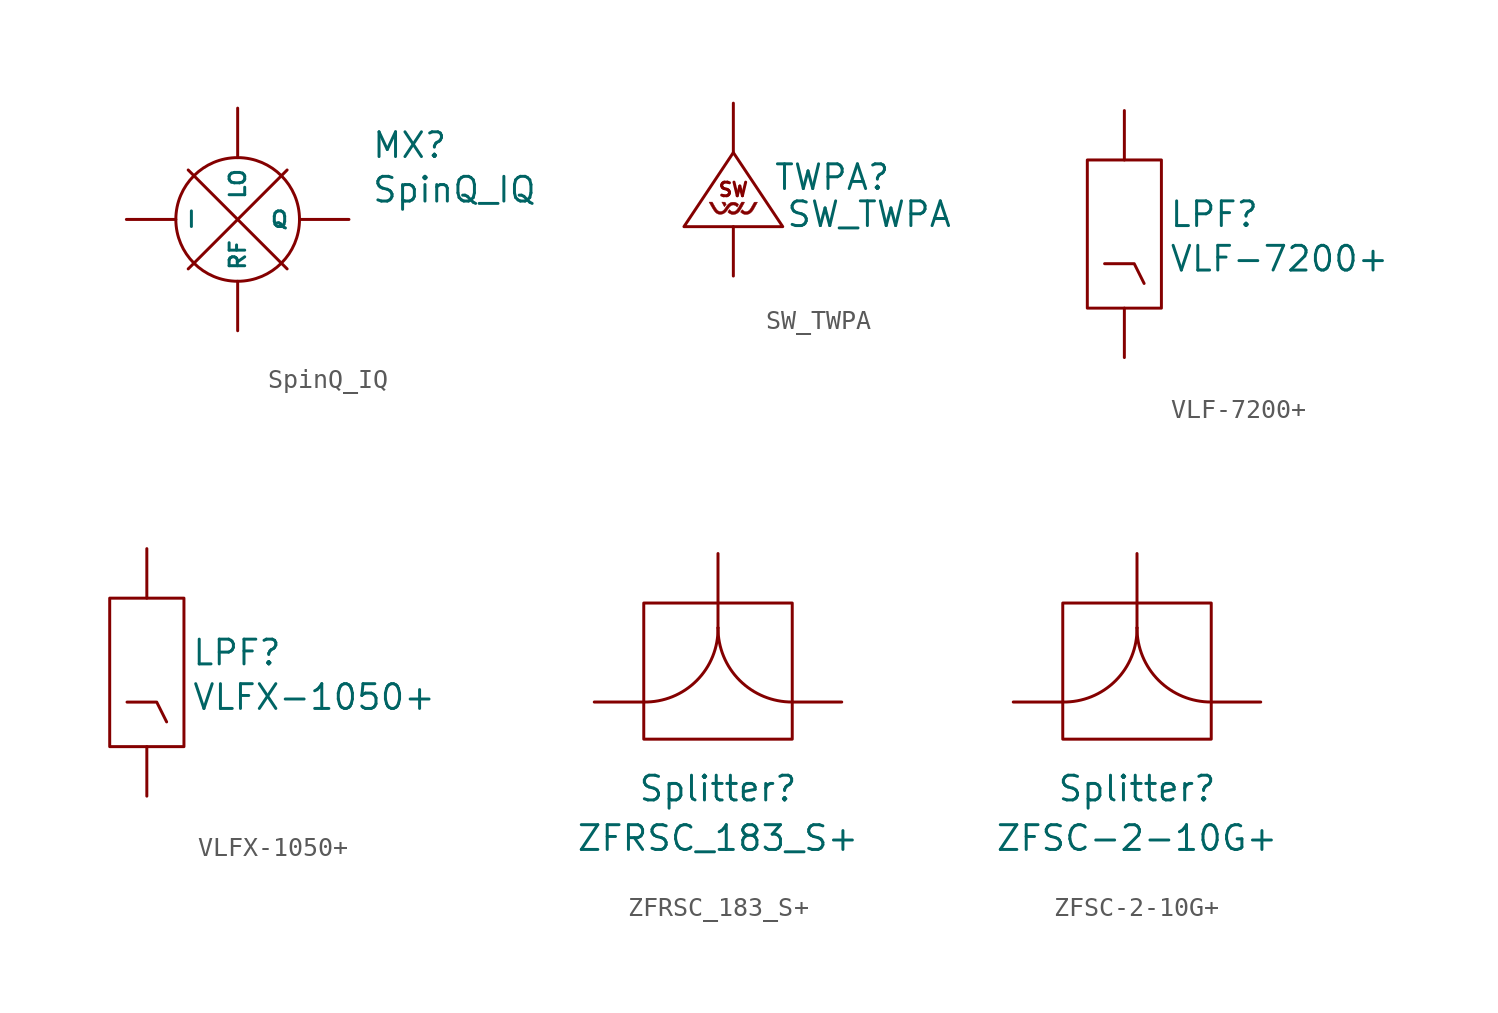
<source format=kicad_sym>
(kicad_symbol_lib
  (version 20220914)
  (generator kicad_symbol_editor)
  (symbol "SpinQ_IQ"
    (property "Reference" "MX"
      (at 6.858 3.81 0)
      (effects (font (size 1.27 1.27)) (justify left)))
    (property "Value" "SpinQ_IQ"
      (at 6.858 1.524 0)
      (effects (font (size 1.27 1.27)) (justify left)))
    (symbol "SpinQ_IQ_0_0"
      (polyline (pts (xy -2.54 2.54) (xy 2.54 -2.54)) (stroke (width 0) (type default)) (fill (type none)))
      (polyline (pts (xy 2.54 2.54) (xy -2.54 -2.54)) (stroke (width 0) (type default)) (fill (type none)))
      (circle (center 0 0) (radius 3.175) (stroke (width 0) (type default)) (fill (type none))))
    (symbol "SpinQ_IQ_1_1"
      (pin bidirectional line (at -5.715 0 0) (length 2.54) (name "I" (effects (font (size 0.8 0.8)))) (number "" (effects (font (size 1.27 1.27)))))
      (pin bidirectional line (at 0 5.715 270) (length 2.54) (name "LO" (effects (font (size 0.8 0.8)))) (number "" (effects (font (size 1.27 1.27)))))
      (pin bidirectional line (at 5.715 0 180) (length 2.54) (name "Q" (effects (font (size 0.8 0.8)))) (number "" (effects (font (size 1.27 1.27)))))
      (pin bidirectional line (at 0 -5.715 90) (length 2.54) (name "RF" (effects (font (size 0.8 0.8)))) (number "" (effects (font (size 1.27 1.27)))))))
  (symbol "SW_TWPA"
    (property "Reference" "TWPA"
      (at 5.08 2.54 0)
      (effects (font (size 1.27 1.27))))
    (property "Value" "SW_TWPA"
      (at 6.985 0.635 0)
      (effects (font (size 1.27 1.27))))
    (symbol "SW_TWPA_0_0"
      (polyline (pts (xy 2.54 0) (xy -2.54 0) (xy 0 3.81) (xy 2.54 0)) (stroke (width 0) (type default)) (fill (type none)))
      (polyline (pts (xy -0.448 1.034) (xy -0.441 1.044) (xy -0.424 1.069) (xy -0.402 1.099) (xy -0.366 1.146) (xy -0.396 1.202) (xy -0.426 1.258) (xy -0.51 1.261) (xy -0.594 1.264) (xy -0.549 1.181) (xy -0.542 1.169) (xy -0.518 1.125) (xy -0.496 1.085) (xy -0.481 1.057) (xy -0.479 1.053) (xy -0.465 1.031) (xy -0.456 1.026) (xy -0.448 1.034)) (stroke (width 0.01) (type default)) (fill (type outline)))
      (polyline (pts (xy 0.742 0.635) (xy 0.804 0.656) (xy 0.833 0.671) (xy 0.897 0.716) (xy 0.957 0.774) (xy 1.008 0.839) (xy 1.014 0.848) (xy 1.032 0.878) (xy 1.056 0.92) (xy 1.084 0.969) (xy 1.114 1.023) (xy 1.145 1.079) (xy 1.174 1.132) (xy 1.2 1.179) (xy 1.221 1.219) (xy 1.235 1.246) (xy 1.24 1.258) (xy 1.239 1.258) (xy 1.225 1.261) (xy 1.196 1.262) (xy 1.158 1.261) (xy 1.075 1.258) (xy 0.984 1.095) (xy 0.961 1.055) (xy 0.921 0.986) (xy 0.889 0.933) (xy 0.862 0.892) (xy 0.838 0.861) (xy 0.815 0.838) (xy 0.792 0.819) (xy 0.766 0.803) (xy 0.746 0.792) (xy 0.683 0.771) (xy 0.622 0.771) (xy 0.561 0.792) (xy 0.5 0.834) (xy 0.451 0.875) (xy 0.412 0.812) (xy 0.373 0.749) (xy 0.418 0.713) (xy 0.422 0.709) (xy 0.467 0.677) (xy 0.509 0.654) (xy 0.559 0.635) (xy 0.609 0.625) (xy 0.675 0.625) (xy 0.742 0.635)) (stroke (width 0.01) (type default)) (fill (type outline)))
      (polyline (pts (xy 0.021 0.626) (xy 0.102 0.64) (xy 0.181 0.675) (xy 0.256 0.729) (xy 0.322 0.802) (xy 0.335 0.82) (xy 0.356 0.855) (xy 0.383 0.899) (xy 0.413 0.952) (xy 0.445 1.008) (xy 0.477 1.066) (xy 0.508 1.121) (xy 0.535 1.171) (xy 0.556 1.211) (xy 0.57 1.24) (xy 0.575 1.254) (xy 0.575 1.254) (xy 0.564 1.259) (xy 0.537 1.262) (xy 0.5 1.263) (xy 0.425 1.263) (xy 0.39 1.207) (xy 0.374 1.18) (xy 0.348 1.137) (xy 0.32 1.086) (xy 0.291 1.035) (xy 0.244 0.955) (xy 0.195 0.885) (xy 0.146 0.833) (xy 0.098 0.797) (xy 0.047 0.777) (xy -0.007 0.77) (xy -0.008 0.77) (xy -0.063 0.778) (xy -0.114 0.801) (xy -0.165 0.842) (xy -0.204 0.88) (xy -0.243 0.82) (xy -0.262 0.789) (xy -0.276 0.763) (xy -0.282 0.751) (xy -0.28 0.746) (xy -0.265 0.728) (xy -0.236 0.706) (xy -0.198 0.682) (xy -0.155 0.659) (xy -0.112 0.64) (xy -0.073 0.627) (xy -0.053 0.625) (xy -0.019 0.624) (xy 0.021 0.626)) (stroke (width 0.01) (type default)) (fill (type outline)))
      (polyline (pts (xy -0.635 0.635) (xy -0.566 0.646) (xy -0.507 0.668) (xy -0.477 0.685) (xy -0.406 0.74) (xy -0.34 0.81) (xy -0.28 0.893) (xy -0.229 0.97) (xy -0.174 1.034) (xy -0.119 1.078) (xy -0.064 1.104) (xy -0.005 1.113) (xy 0.045 1.107) (xy 0.101 1.085) (xy 0.156 1.044) (xy 0.2 1.004) (xy 0.235 1.075) (xy 0.27 1.146) (xy 0.238 1.172) (xy 0.22 1.185) (xy 0.185 1.207) (xy 0.147 1.228) (xy 0.113 1.243) (xy 0.082 1.252) (xy 0.046 1.257) (xy -0.003 1.258) (xy -0.051 1.257) (xy -0.088 1.252) (xy -0.12 1.243) (xy -0.155 1.228) (xy -0.194 1.206) (xy -0.262 1.151) (xy -0.327 1.08) (xy -0.387 0.994) (xy -0.405 0.964) (xy -0.456 0.892) (xy -0.504 0.839) (xy -0.552 0.803) (xy -0.602 0.783) (xy -0.655 0.776) (xy -0.675 0.777) (xy -0.722 0.785) (xy -0.764 0.802) (xy -0.805 0.831) (xy -0.846 0.874) (xy -0.889 0.93) (xy -0.936 1.004) (xy -0.989 1.096) (xy -1.08 1.263) (xy -1.248 1.263) (xy -1.202 1.18) (xy -1.141 1.069) (xy -1.087 0.975) (xy -1.039 0.896) (xy -0.997 0.831) (xy -0.958 0.779) (xy -0.921 0.738) (xy -0.886 0.706) (xy -0.85 0.681) (xy -0.812 0.661) (xy -0.771 0.646) (xy -0.766 0.644) (xy -0.705 0.634) (xy -0.635 0.635)) (stroke (width 0.01) (type default)) (fill (type outline)))
      (text "SW" (at 0 1.905 0) (effects (font (size 0.7 0.7)))))
    (symbol "SW_TWPA_1_1"
      (pin input line (at 0 -2.54 90) (length 2.54) (name "" (effects (font (size 0.5 0.5)))) (number "" (effects (font (size 1.27 1.27)))))
      (pin output line (at 0 6.35 270) (length 2.54) (name "" (effects (font (size 0.5 0.5)))) (number "" (effects (font (size 1.27 1.27)))))))
  (symbol "VLF-7200+"
    (property "Reference" "LPF"
      (at 2.286 1.016 0)
      (effects (font (size 1.27 1.27)) (justify left)))
    (property "Value" "VLF-7200+"
      (at 2.286 -1.27 0)
      (effects (font (size 1.27 1.27)) (justify left)))
    (symbol "VLF-7200+_0_0"
      (rectangle (start -1.905 3.81) (end 1.905 -3.81) (stroke (width 0) (type default)) (fill (type none)))
      (polyline (pts (xy 1.016 -2.54) (xy 0.508 -1.524) (xy -1.016 -1.524)) (stroke (width 0) (type default)) (fill (type none))))
    (symbol "VLF-7200+_1_1"
      (pin bidirectional line (at 0 -6.35 90) (length 2.54) (name "" (effects (font (size 1.27 1.27)))) (number "" (effects (font (size 1.27 1.27)))))
      (pin bidirectional line (at 0 6.35 270) (length 2.54) (name "" (effects (font (size 1.27 1.27)))) (number "" (effects (font (size 1.27 1.27)))))))
  (symbol "VLFX-1050+"
    (property "Reference" "LPF"
      (at 2.286 1.016 0)
      (effects (font (size 1.27 1.27)) (justify left)))
    (property "Value" "VLFX-1050+"
      (at 2.286 -1.27 0)
      (effects (font (size 1.27 1.27)) (justify left)))
    (symbol "VLFX-1050+_0_0"
      (rectangle (start -1.905 3.81) (end 1.905 -3.81) (stroke (width 0) (type default)) (fill (type none)))
      (polyline (pts (xy 1.016 -2.54) (xy 0.508 -1.524) (xy -1.016 -1.524)) (stroke (width 0) (type default)) (fill (type none))))
    (symbol "VLFX-1050+_1_1"
      (pin bidirectional line (at 0 -6.35 90) (length 2.54) (name "" (effects (font (size 1.27 1.27)))) (number "" (effects (font (size 1.27 1.27)))))
      (pin bidirectional line (at 0 6.35 270) (length 2.54) (name "" (effects (font (size 1.27 1.27)))) (number "" (effects (font (size 1.27 1.27)))))))
  (symbol "ZFRSC_183_S+"
    (property "Reference" "Splitter"
      (at 0 -4.445 0)
      (effects (font (size 1.27 1.27))))
    (property "Value" "ZFRSC_183_S+"
      (at 0 -6.985 0)
      (effects (font (size 1.27 1.27))))
    (symbol "ZFRSC_183_S+_0_1"
      (arc (start -3.81 0) (mid -1.0971 1.097) (end 0 3.81) (stroke (width 0) (type default)) (fill (type none)))
      (rectangle (start -3.81 5.08) (end 3.81 -1.905) (stroke (width 0) (type default)) (fill (type none)))
      (polyline (pts (xy 0 3.81) (xy 0 5.08)) (stroke (width 0) (type default)) (fill (type none)))
      (arc (start 0 3.81) (mid 1.1114 1.1114) (end 3.81 0) (stroke (width 0) (type default)) (fill (type none))))
    (symbol "ZFRSC_183_S+_1_1"
      (pin bidirectional line (at -6.35 0 0) (length 2.54) (name "" (effects (font (size 1.27 1.27)))) (number "" (effects (font (size 1.27 1.27)))))
      (pin bidirectional line (at 0 7.62 270) (length 2.54) (name "" (effects (font (size 1.27 1.27)))) (number "" (effects (font (size 1.27 1.27)))))
      (pin bidirectional line (at 6.35 0 180) (length 2.54) (name "" (effects (font (size 1.27 1.27)))) (number "" (effects (font (size 1.27 1.27)))))))
  (symbol "ZFSC-2-10G+"
    (property "Reference" "Splitter"
      (at 0 -4.445 0)
      (effects (font (size 1.27 1.27))))
    (property "Value" "ZFSC-2-10G+"
      (at 0 -6.985 0)
      (effects (font (size 1.27 1.27))))
    (symbol "ZFSC-2-10G+_0_1"
      (arc (start -3.81 0) (mid -1.0971 1.097) (end 0 3.81) (stroke (width 0) (type default)) (fill (type none)))
      (rectangle (start -3.81 5.08) (end 3.81 -1.905) (stroke (width 0) (type default)) (fill (type none)))
      (polyline (pts (xy 0 3.81) (xy 0 5.08)) (stroke (width 0) (type default)) (fill (type none)))
      (arc (start 0 3.81) (mid 1.1114 1.1114) (end 3.81 0) (stroke (width 0) (type default)) (fill (type none))))
    (symbol "ZFSC-2-10G+_1_1"
      (pin bidirectional line (at -6.35 0 0) (length 2.54) (name "" (effects (font (size 1.27 1.27)))) (number "" (effects (font (size 1.27 1.27)))))
      (pin bidirectional line (at 0 7.62 270) (length 2.54) (name "" (effects (font (size 1.27 1.27)))) (number "" (effects (font (size 1.27 1.27)))))
      (pin bidirectional line (at 6.35 0 180) (length 2.54) (name "" (effects (font (size 1.27 1.27)))) (number "" (effects (font (size 1.27 1.27))))))))
</source>
